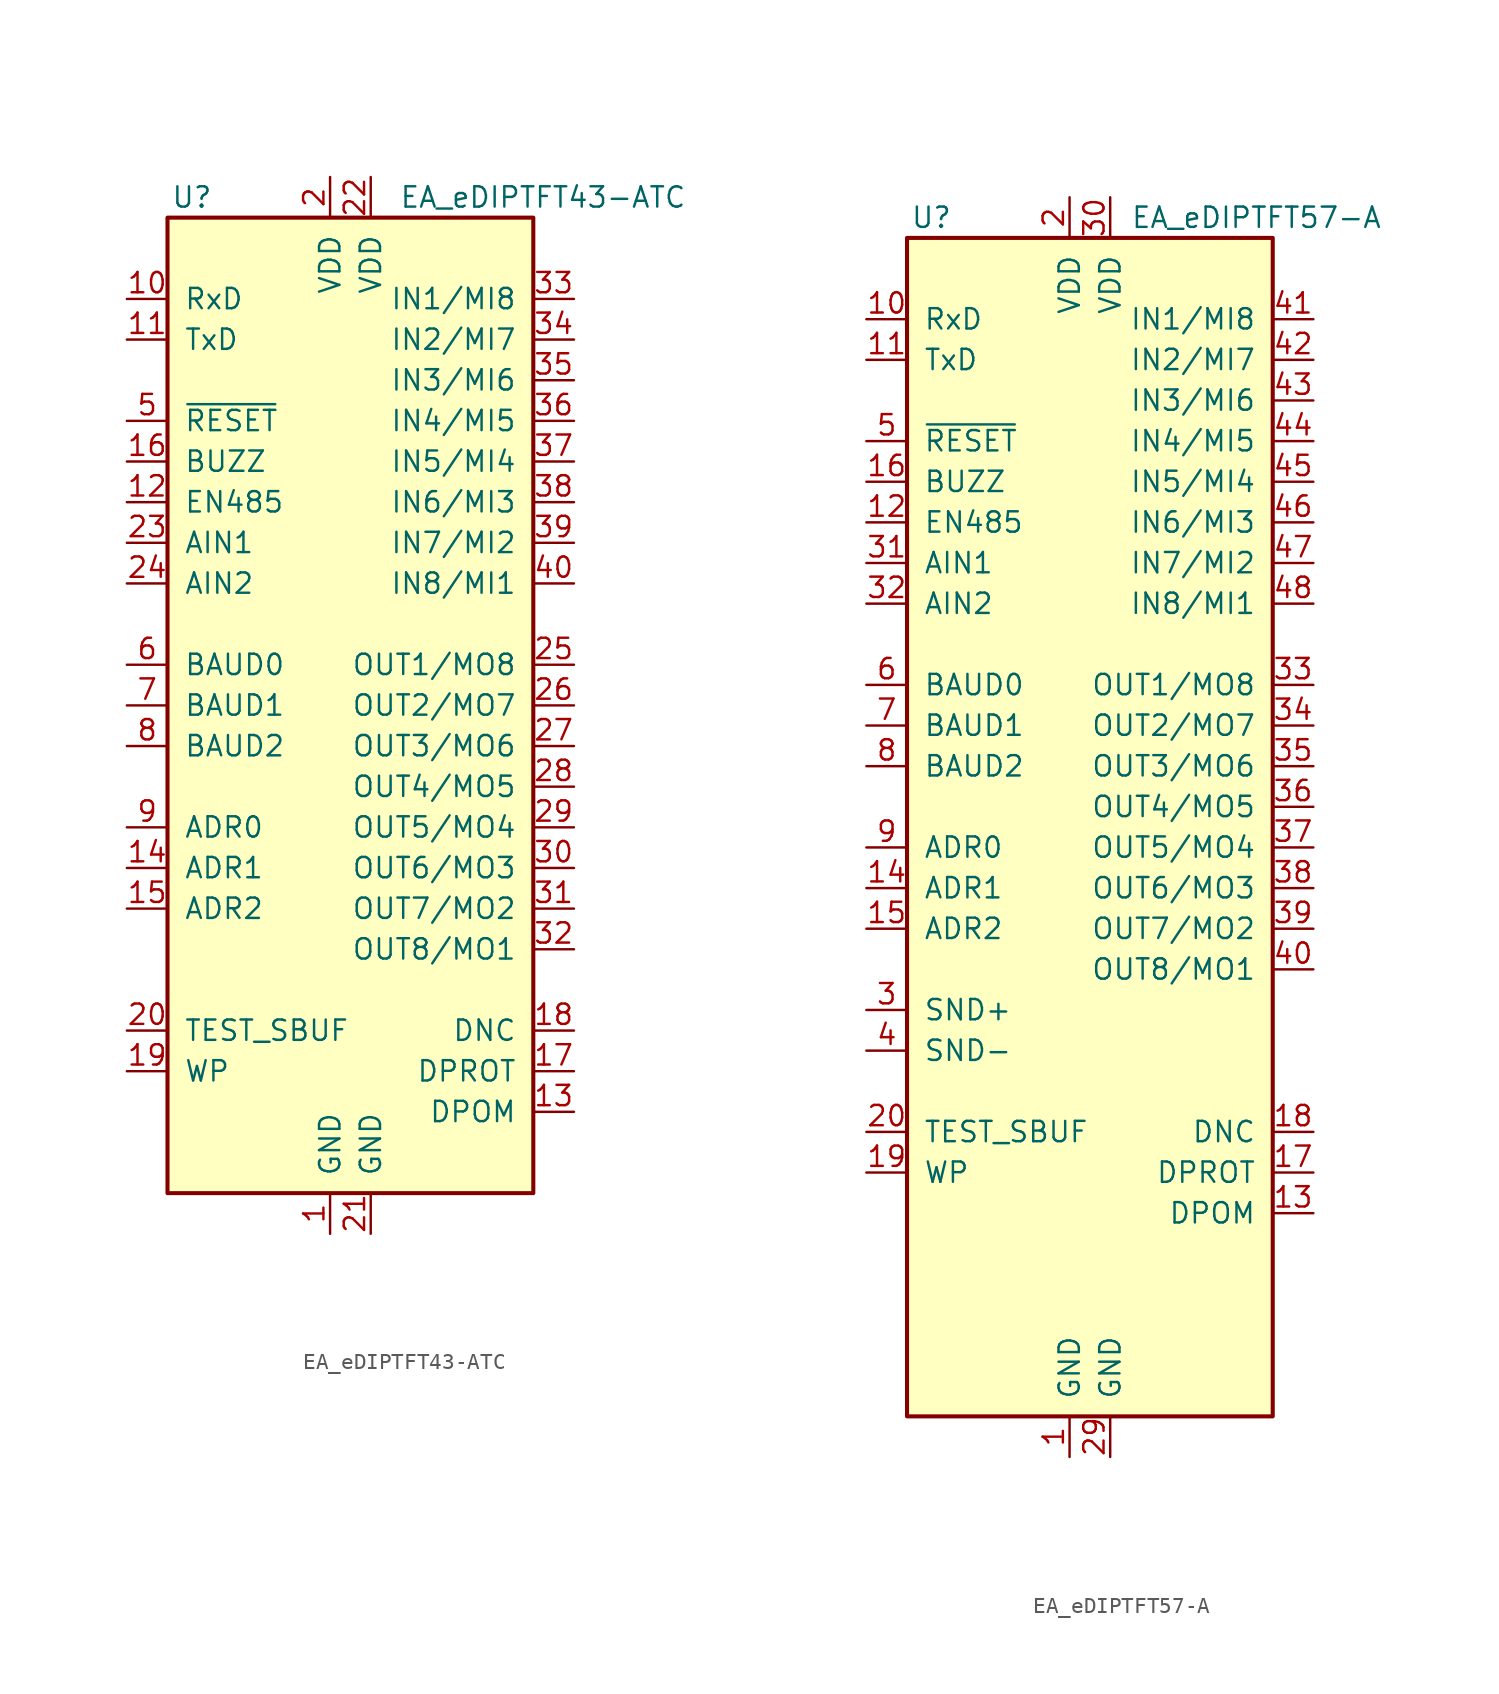
<source format=kicad_sym>
(kicad_symbol_lib
  (version 20241209)
  (generator "kicad_symbol_editor")
  (generator_version "9.0")
  (symbol "EA_eDIPTFT43-ATC"
    (pin_names
      (offset 1.016))
    (property "Reference" "U"
      (at -11.176 31.75 0)
      (effects (font (size 1.27 1.27))))
    (property "Value" "EA_eDIPTFT43-ATC"
      (at 1.778 31.75 0)
      (effects (font (size 1.27 1.27)) (justify left)))
    (symbol "EA_eDIPTFT43-ATC_0_1"
      (rectangle (start -12.7 30.48) (end 10.16 -30.48) (stroke (width 0.254) (type default)) (fill (type background))))
    (symbol "EA_eDIPTFT43-ATC_1_1"
      (pin input line (at -15.24 25.4 0) (length 2.54) (name "RxD" (effects (font (size 1.27 1.27)))) (number "10" (effects (font (size 1.27 1.27)))))
      (pin output line (at -15.24 22.86 0) (length 2.54) (name "TxD" (effects (font (size 1.27 1.27)))) (number "11" (effects (font (size 1.27 1.27)))))
      (pin input line (at -15.24 17.78 0) (length 2.54) (name "~{RESET}" (effects (font (size 1.27 1.27)))) (number "5" (effects (font (size 1.27 1.27)))))
      (pin output line (at -15.24 15.24 0) (length 2.54) (name "BUZZ" (effects (font (size 1.27 1.27)))) (number "16" (effects (font (size 1.27 1.27)))))
      (pin output line (at -15.24 12.7 0) (length 2.54) (name "EN485" (effects (font (size 1.27 1.27)))) (number "12" (effects (font (size 1.27 1.27)))))
      (pin input line (at -15.24 10.16 0) (length 2.54) (name "AIN1" (effects (font (size 1.27 1.27)))) (number "23" (effects (font (size 1.27 1.27)))))
      (pin input line (at -15.24 7.62 0) (length 2.54) (name "AIN2" (effects (font (size 1.27 1.27)))) (number "24" (effects (font (size 1.27 1.27)))))
      (pin input line (at -15.24 2.54 0) (length 2.54) (name "BAUD0" (effects (font (size 1.27 1.27)))) (number "6" (effects (font (size 1.27 1.27)))))
      (pin input line (at -15.24 0 0) (length 2.54) (name "BAUD1" (effects (font (size 1.27 1.27)))) (number "7" (effects (font (size 1.27 1.27)))))
      (pin input line (at -15.24 -2.54 0) (length 2.54) (name "BAUD2" (effects (font (size 1.27 1.27)))) (number "8" (effects (font (size 1.27 1.27)))))
      (pin input line (at -15.24 -7.62 0) (length 2.54) (name "ADR0" (effects (font (size 1.27 1.27)))) (number "9" (effects (font (size 1.27 1.27)))))
      (pin input line (at -15.24 -10.16 0) (length 2.54) (name "ADR1" (effects (font (size 1.27 1.27)))) (number "14" (effects (font (size 1.27 1.27)))))
      (pin input line (at -15.24 -12.7 0) (length 2.54) (name "ADR2" (effects (font (size 1.27 1.27)))) (number "15" (effects (font (size 1.27 1.27)))))
      (pin bidirectional line (at -15.24 -20.32 0) (length 2.54) (name "TEST_SBUF" (effects (font (size 1.27 1.27)))) (number "20" (effects (font (size 1.27 1.27)))))
      (pin input line (at -15.24 -22.86 0) (length 2.54) (name "WP" (effects (font (size 1.27 1.27)))) (number "19" (effects (font (size 1.27 1.27)))))
      (pin no_connect line (at -12.7 -27.94 0) (length 2.54) (hide yes) (name "NC" (effects (font (size 1.27 1.27)))) (number "4" (effects (font (size 1.27 1.27)))))
      (pin power_in line (at -2.54 33.02 270) (length 2.54) (name "VDD" (effects (font (size 1.27 1.27)))) (number "2" (effects (font (size 1.27 1.27)))))
      (pin power_in line (at -2.54 -33.02 90) (length 2.54) (name "GND" (effects (font (size 1.27 1.27)))) (number "1" (effects (font (size 1.27 1.27)))))
      (pin power_in line (at 0 33.02 270) (length 2.54) (name "VDD" (effects (font (size 1.27 1.27)))) (number "22" (effects (font (size 1.27 1.27)))))
      (pin power_in line (at 0 -33.02 90) (length 2.54) (name "GND" (effects (font (size 1.27 1.27)))) (number "21" (effects (font (size 1.27 1.27)))))
      (pin no_connect line (at 10.16 -27.94 180) (length 2.54) (hide yes) (name "NC" (effects (font (size 1.27 1.27)))) (number "3" (effects (font (size 1.27 1.27)))))
      (pin input line (at 12.7 25.4 180) (length 2.54) (name "IN1/MI8" (effects (font (size 1.27 1.27)))) (number "33" (effects (font (size 1.27 1.27)))))
      (pin input line (at 12.7 22.86 180) (length 2.54) (name "IN2/MI7" (effects (font (size 1.27 1.27)))) (number "34" (effects (font (size 1.27 1.27)))))
      (pin input line (at 12.7 20.32 180) (length 2.54) (name "IN3/MI6" (effects (font (size 1.27 1.27)))) (number "35" (effects (font (size 1.27 1.27)))))
      (pin input line (at 12.7 17.78 180) (length 2.54) (name "IN4/MI5" (effects (font (size 1.27 1.27)))) (number "36" (effects (font (size 1.27 1.27)))))
      (pin input line (at 12.7 15.24 180) (length 2.54) (name "IN5/MI4" (effects (font (size 1.27 1.27)))) (number "37" (effects (font (size 1.27 1.27)))))
      (pin input line (at 12.7 12.7 180) (length 2.54) (name "IN6/MI3" (effects (font (size 1.27 1.27)))) (number "38" (effects (font (size 1.27 1.27)))))
      (pin input line (at 12.7 10.16 180) (length 2.54) (name "IN7/MI2" (effects (font (size 1.27 1.27)))) (number "39" (effects (font (size 1.27 1.27)))))
      (pin input line (at 12.7 7.62 180) (length 2.54) (name "IN8/MI1" (effects (font (size 1.27 1.27)))) (number "40" (effects (font (size 1.27 1.27)))))
      (pin output line (at 12.7 2.54 180) (length 2.54) (name "OUT1/MO8" (effects (font (size 1.27 1.27)))) (number "25" (effects (font (size 1.27 1.27)))))
      (pin output line (at 12.7 0 180) (length 2.54) (name "OUT2/MO7" (effects (font (size 1.27 1.27)))) (number "26" (effects (font (size 1.27 1.27)))))
      (pin output line (at 12.7 -2.54 180) (length 2.54) (name "OUT3/MO6" (effects (font (size 1.27 1.27)))) (number "27" (effects (font (size 1.27 1.27)))))
      (pin output line (at 12.7 -5.08 180) (length 2.54) (name "OUT4/MO5" (effects (font (size 1.27 1.27)))) (number "28" (effects (font (size 1.27 1.27)))))
      (pin output line (at 12.7 -7.62 180) (length 2.54) (name "OUT5/MO4" (effects (font (size 1.27 1.27)))) (number "29" (effects (font (size 1.27 1.27)))))
      (pin output line (at 12.7 -10.16 180) (length 2.54) (name "OUT6/MO3" (effects (font (size 1.27 1.27)))) (number "30" (effects (font (size 1.27 1.27)))))
      (pin output line (at 12.7 -12.7 180) (length 2.54) (name "OUT7/MO2" (effects (font (size 1.27 1.27)))) (number "31" (effects (font (size 1.27 1.27)))))
      (pin output line (at 12.7 -15.24 180) (length 2.54) (name "OUT8/MO1" (effects (font (size 1.27 1.27)))) (number "32" (effects (font (size 1.27 1.27)))))
      (pin output line (at 12.7 -20.32 180) (length 2.54) (name "DNC" (effects (font (size 1.27 1.27)))) (number "18" (effects (font (size 1.27 1.27)))))
      (pin input line (at 12.7 -22.86 180) (length 2.54) (name "DPROT" (effects (font (size 1.27 1.27)))) (number "17" (effects (font (size 1.27 1.27)))))
      (pin input line (at 12.7 -25.4 180) (length 2.54) (name "DPOM" (effects (font (size 1.27 1.27)))) (number "13" (effects (font (size 1.27 1.27)))))))
  (symbol "EA_eDIPTFT57-A"
    (pin_names
      (offset 1.016))
    (property "Reference" "U"
      (at -8.636 36.83 0)
      (effects (font (size 1.27 1.27))))
    (property "Value" "EA_eDIPTFT57-A"
      (at 3.81 36.83 0)
      (effects (font (size 1.27 1.27)) (justify left)))
    (symbol "EA_eDIPTFT57-A_0_1"
      (rectangle (start -10.16 35.56) (end 12.7 -38.1) (stroke (width 0.254) (type default)) (fill (type background))))
    (symbol "EA_eDIPTFT57-A_1_1"
      (pin input line (at -12.7 30.48 0) (length 2.54) (name "RxD" (effects (font (size 1.27 1.27)))) (number "10" (effects (font (size 1.27 1.27)))))
      (pin output line (at -12.7 27.94 0) (length 2.54) (name "TxD" (effects (font (size 1.27 1.27)))) (number "11" (effects (font (size 1.27 1.27)))))
      (pin input line (at -12.7 22.86 0) (length 2.54) (name "~{RESET}" (effects (font (size 1.27 1.27)))) (number "5" (effects (font (size 1.27 1.27)))))
      (pin output line (at -12.7 20.32 0) (length 2.54) (name "BUZZ" (effects (font (size 1.27 1.27)))) (number "16" (effects (font (size 1.27 1.27)))))
      (pin output line (at -12.7 17.78 0) (length 2.54) (name "EN485" (effects (font (size 1.27 1.27)))) (number "12" (effects (font (size 1.27 1.27)))))
      (pin input line (at -12.7 15.24 0) (length 2.54) (name "AIN1" (effects (font (size 1.27 1.27)))) (number "31" (effects (font (size 1.27 1.27)))))
      (pin input line (at -12.7 12.7 0) (length 2.54) (name "AIN2" (effects (font (size 1.27 1.27)))) (number "32" (effects (font (size 1.27 1.27)))))
      (pin input line (at -12.7 7.62 0) (length 2.54) (name "BAUD0" (effects (font (size 1.27 1.27)))) (number "6" (effects (font (size 1.27 1.27)))))
      (pin input line (at -12.7 5.08 0) (length 2.54) (name "BAUD1" (effects (font (size 1.27 1.27)))) (number "7" (effects (font (size 1.27 1.27)))))
      (pin input line (at -12.7 2.54 0) (length 2.54) (name "BAUD2" (effects (font (size 1.27 1.27)))) (number "8" (effects (font (size 1.27 1.27)))))
      (pin input line (at -12.7 -2.54 0) (length 2.54) (name "ADR0" (effects (font (size 1.27 1.27)))) (number "9" (effects (font (size 1.27 1.27)))))
      (pin input line (at -12.7 -5.08 0) (length 2.54) (name "ADR1" (effects (font (size 1.27 1.27)))) (number "14" (effects (font (size 1.27 1.27)))))
      (pin input line (at -12.7 -7.62 0) (length 2.54) (name "ADR2" (effects (font (size 1.27 1.27)))) (number "15" (effects (font (size 1.27 1.27)))))
      (pin output line (at -12.7 -12.7 0) (length 2.54) (name "SND+" (effects (font (size 1.27 1.27)))) (number "3" (effects (font (size 1.27 1.27)))))
      (pin input line (at -12.7 -15.24 0) (length 2.54) (name "SND-" (effects (font (size 1.27 1.27)))) (number "4" (effects (font (size 1.27 1.27)))))
      (pin bidirectional line (at -12.7 -20.32 0) (length 2.54) (name "TEST_SBUF" (effects (font (size 1.27 1.27)))) (number "20" (effects (font (size 1.27 1.27)))))
      (pin input line (at -12.7 -22.86 0) (length 2.54) (name "WP" (effects (font (size 1.27 1.27)))) (number "19" (effects (font (size 1.27 1.27)))))
      (pin no_connect line (at -10.16 -27.94 0) (length 2.54) (hide yes) (name "NC" (effects (font (size 1.27 1.27)))) (number "21" (effects (font (size 1.27 1.27)))))
      (pin no_connect line (at -10.16 -30.48 0) (length 2.54) (hide yes) (name "NC" (effects (font (size 1.27 1.27)))) (number "22" (effects (font (size 1.27 1.27)))))
      (pin no_connect line (at -10.16 -33.02 0) (length 2.54) (hide yes) (name "NC" (effects (font (size 1.27 1.27)))) (number "23" (effects (font (size 1.27 1.27)))))
      (pin no_connect line (at -10.16 -35.56 0) (length 2.54) (hide yes) (name "NC" (effects (font (size 1.27 1.27)))) (number "24" (effects (font (size 1.27 1.27)))))
      (pin power_in line (at 0 38.1 270) (length 2.54) (name "VDD" (effects (font (size 1.27 1.27)))) (number "2" (effects (font (size 1.27 1.27)))))
      (pin power_in line (at 0 -40.64 90) (length 2.54) (name "GND" (effects (font (size 1.27 1.27)))) (number "1" (effects (font (size 1.27 1.27)))))
      (pin power_in line (at 2.54 38.1 270) (length 2.54) (name "VDD" (effects (font (size 1.27 1.27)))) (number "30" (effects (font (size 1.27 1.27)))))
      (pin power_in line (at 2.54 -40.64 90) (length 2.54) (name "GND" (effects (font (size 1.27 1.27)))) (number "29" (effects (font (size 1.27 1.27)))))
      (pin no_connect line (at 12.7 -27.94 180) (length 2.54) (hide yes) (name "NC" (effects (font (size 1.27 1.27)))) (number "28" (effects (font (size 1.27 1.27)))))
      (pin no_connect line (at 12.7 -30.48 180) (length 2.54) (hide yes) (name "NC" (effects (font (size 1.27 1.27)))) (number "27" (effects (font (size 1.27 1.27)))))
      (pin no_connect line (at 12.7 -33.02 180) (length 2.54) (hide yes) (name "NC" (effects (font (size 1.27 1.27)))) (number "26" (effects (font (size 1.27 1.27)))))
      (pin no_connect line (at 12.7 -35.56 180) (length 2.54) (hide yes) (name "NC" (effects (font (size 1.27 1.27)))) (number "25" (effects (font (size 1.27 1.27)))))
      (pin input line (at 15.24 30.48 180) (length 2.54) (name "IN1/MI8" (effects (font (size 1.27 1.27)))) (number "41" (effects (font (size 1.27 1.27)))))
      (pin input line (at 15.24 27.94 180) (length 2.54) (name "IN2/MI7" (effects (font (size 1.27 1.27)))) (number "42" (effects (font (size 1.27 1.27)))))
      (pin input line (at 15.24 25.4 180) (length 2.54) (name "IN3/MI6" (effects (font (size 1.27 1.27)))) (number "43" (effects (font (size 1.27 1.27)))))
      (pin input line (at 15.24 22.86 180) (length 2.54) (name "IN4/MI5" (effects (font (size 1.27 1.27)))) (number "44" (effects (font (size 1.27 1.27)))))
      (pin input line (at 15.24 20.32 180) (length 2.54) (name "IN5/MI4" (effects (font (size 1.27 1.27)))) (number "45" (effects (font (size 1.27 1.27)))))
      (pin input line (at 15.24 17.78 180) (length 2.54) (name "IN6/MI3" (effects (font (size 1.27 1.27)))) (number "46" (effects (font (size 1.27 1.27)))))
      (pin input line (at 15.24 15.24 180) (length 2.54) (name "IN7/MI2" (effects (font (size 1.27 1.27)))) (number "47" (effects (font (size 1.27 1.27)))))
      (pin input line (at 15.24 12.7 180) (length 2.54) (name "IN8/MI1" (effects (font (size 1.27 1.27)))) (number "48" (effects (font (size 1.27 1.27)))))
      (pin output line (at 15.24 7.62 180) (length 2.54) (name "OUT1/MO8" (effects (font (size 1.27 1.27)))) (number "33" (effects (font (size 1.27 1.27)))))
      (pin output line (at 15.24 5.08 180) (length 2.54) (name "OUT2/MO7" (effects (font (size 1.27 1.27)))) (number "34" (effects (font (size 1.27 1.27)))))
      (pin output line (at 15.24 2.54 180) (length 2.54) (name "OUT3/MO6" (effects (font (size 1.27 1.27)))) (number "35" (effects (font (size 1.27 1.27)))))
      (pin output line (at 15.24 0 180) (length 2.54) (name "OUT4/MO5" (effects (font (size 1.27 1.27)))) (number "36" (effects (font (size 1.27 1.27)))))
      (pin output line (at 15.24 -2.54 180) (length 2.54) (name "OUT5/MO4" (effects (font (size 1.27 1.27)))) (number "37" (effects (font (size 1.27 1.27)))))
      (pin output line (at 15.24 -5.08 180) (length 2.54) (name "OUT6/MO3" (effects (font (size 1.27 1.27)))) (number "38" (effects (font (size 1.27 1.27)))))
      (pin output line (at 15.24 -7.62 180) (length 2.54) (name "OUT7/MO2" (effects (font (size 1.27 1.27)))) (number "39" (effects (font (size 1.27 1.27)))))
      (pin output line (at 15.24 -10.16 180) (length 2.54) (name "OUT8/MO1" (effects (font (size 1.27 1.27)))) (number "40" (effects (font (size 1.27 1.27)))))
      (pin output line (at 15.24 -20.32 180) (length 2.54) (name "DNC" (effects (font (size 1.27 1.27)))) (number "18" (effects (font (size 1.27 1.27)))))
      (pin input line (at 15.24 -22.86 180) (length 2.54) (name "DPROT" (effects (font (size 1.27 1.27)))) (number "17" (effects (font (size 1.27 1.27)))))
      (pin input line (at 15.24 -25.4 180) (length 2.54) (name "DPOM" (effects (font (size 1.27 1.27)))) (number "13" (effects (font (size 1.27 1.27))))))))
</source>
